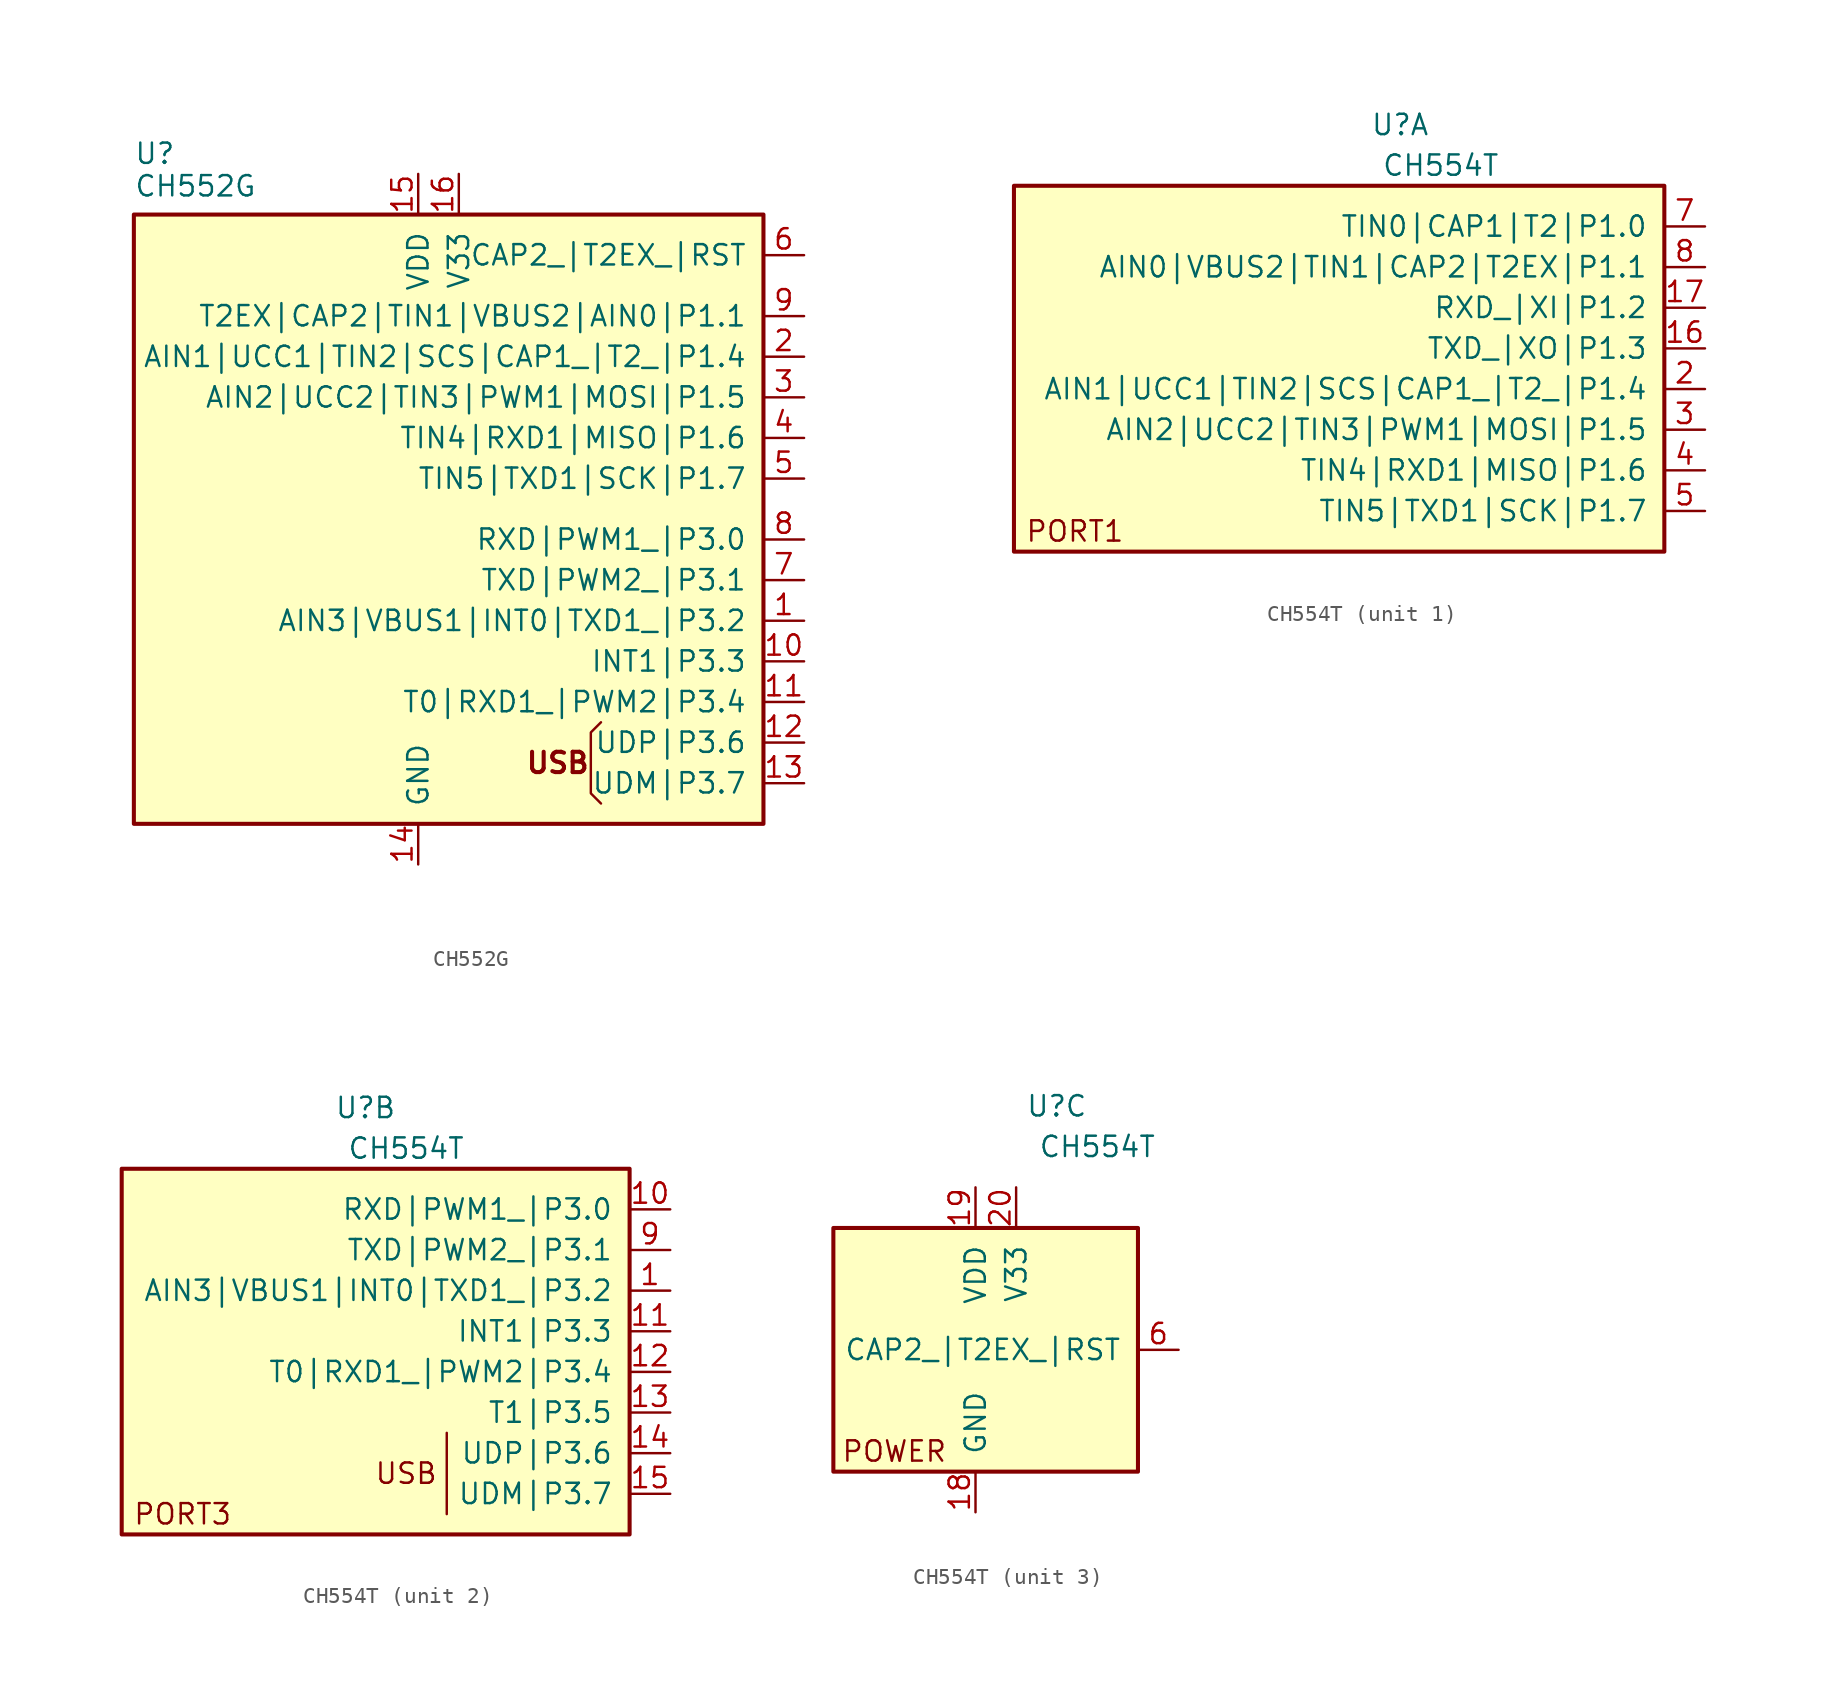
<source format=kicad_sym>
(kicad_symbol_lib
  (version 20220914)
  (generator kicad_symbol_editor)
  (symbol "CH552G"
    (pin_names
      (offset 1.016))
    (property "Reference" "U"
      (at -20.32 22.86 0)
      (effects (font (size 1.27 1.27)) (justify left)))
    (property "Value" "CH552G"
      (at -20.32 20.828 0)
      (effects (font (size 1.27 1.27)) (justify left)))
    (symbol "CH552G_0_1"
      (polyline (pts (xy 8.89 -12.7) (xy 8.255 -13.335) (xy 8.255 -17.145) (xy 8.89 -17.78)) (stroke (width 0) (type default)) (fill (type none))))
    (symbol "CH552G_1_1"
      (rectangle (start -20.32 19.05) (end 19.05 -19.05) (stroke (width 0.254) (type default)) (fill (type background)))
      (text "USB" (at 8.255 -15.24 0) (effects (font (size 1.27 1.27) bold) (justify right)))
      (pin passive line (at 21.59 -6.35 180) (length 2.54) (name "AIN3|VBUS1|INT0|TXD1_|P3.2" (effects (font (size 1.27 1.27)))) (number "1" (effects (font (size 1.27 1.27)))))
      (pin passive line (at 21.59 -8.89 180) (length 2.54) (name "INT1|P3.3" (effects (font (size 1.27 1.27)))) (number "10" (effects (font (size 1.27 1.27)))))
      (pin passive line (at 21.59 -11.43 180) (length 2.54) (name "T0|RXD1_|PWM2|P3.4" (effects (font (size 1.27 1.27)))) (number "11" (effects (font (size 1.27 1.27)))))
      (pin passive line (at 21.59 -13.97 180) (length 2.54) (name "UDP|P3.6" (effects (font (size 1.27 1.27)))) (number "12" (effects (font (size 1.27 1.27)))))
      (pin passive line (at 21.59 -16.51 180) (length 2.54) (name "UDM|P3.7" (effects (font (size 1.27 1.27)))) (number "13" (effects (font (size 1.27 1.27)))))
      (pin power_in line (at -2.54 -21.59 90) (length 2.54) (name "GND" (effects (font (size 1.27 1.27)))) (number "14" (effects (font (size 1.27 1.27)))))
      (pin power_in line (at -2.54 21.59 270) (length 2.54) (name "VDD" (effects (font (size 1.27 1.27)))) (number "15" (effects (font (size 1.27 1.27)))))
      (pin power_out line (at 0 21.59 270) (length 2.54) (name "V33" (effects (font (size 1.27 1.27)))) (number "16" (effects (font (size 1.27 1.27)))))
      (pin passive line (at 21.59 10.16 180) (length 2.54) (name "AIN1|UCC1|TIN2|SCS|CAP1_|T2_|P1.4" (effects (font (size 1.27 1.27)))) (number "2" (effects (font (size 1.27 1.27)))))
      (pin passive line (at 21.59 7.62 180) (length 2.54) (name "AIN2|UCC2|TIN3|PWM1|MOSI|P1.5" (effects (font (size 1.27 1.27)))) (number "3" (effects (font (size 1.27 1.27)))))
      (pin passive line (at 21.59 5.08 180) (length 2.54) (name "TIN4|RXD1|MISO|P1.6" (effects (font (size 1.27 1.27)))) (number "4" (effects (font (size 1.27 1.27)))))
      (pin passive line (at 21.59 2.54 180) (length 2.54) (name "TIN5|TXD1|SCK|P1.7" (effects (font (size 1.27 1.27)))) (number "5" (effects (font (size 1.27 1.27)))))
      (pin passive line (at 21.59 16.51 180) (length 2.54) (name "CAP2_|T2EX_|RST" (effects (font (size 1.27 1.27)))) (number "6" (effects (font (size 1.27 1.27)))))
      (pin passive line (at 21.59 -3.81 180) (length 2.54) (name "TXD|PWM2_|P3.1" (effects (font (size 1.27 1.27)))) (number "7" (effects (font (size 1.27 1.27)))))
      (pin passive line (at 21.59 -1.27 180) (length 2.54) (name "RXD|PWM1_|P3.0" (effects (font (size 1.27 1.27)))) (number "8" (effects (font (size 1.27 1.27)))))
      (pin passive line (at 21.59 12.7 180) (length 2.54) (name "T2EX|CAP2|TIN1|VBUS2|AIN0|P1.1" (effects (font (size 1.27 1.27)))) (number "9" (effects (font (size 1.27 1.27)))))))
  (symbol "CH554T"
    (pin_names
      (offset 1.016))
    (property "Reference" "U"
      (at 5.08 15.24 0)
      (effects (font (size 1.27 1.27))))
    (property "Value" "CH554T"
      (at 7.62 12.7 0)
      (effects (font (size 1.27 1.27))))
    (property "ki_locked" ""
      (at 0 0 0)
      (effects (font (size 1.27 1.27))))
    (symbol "CH554T_1_0"
      (text "PORT1" (at -15.24 -10.16 0) (effects (font (size 1.27 1.27)))))
    (symbol "CH554T_1_1"
      (rectangle (start -19.05 11.43) (end 21.59 -11.43) (stroke (width 0.254) (type default)) (fill (type background)))
      (pin bidirectional line (at 24.13 1.27 180) (length 2.54) (name "TXD_|XO|P1.3" (effects (font (size 1.27 1.27)))) (number "16" (effects (font (size 1.27 1.27)))))
      (pin bidirectional line (at 24.13 3.81 180) (length 2.54) (name "RXD_|XI|P1.2" (effects (font (size 1.27 1.27)))) (number "17" (effects (font (size 1.27 1.27)))))
      (pin bidirectional line (at 24.13 -1.27 180) (length 2.54) (name "AIN1|UCC1|TIN2|SCS|CAP1_|T2_|P1.4" (effects (font (size 1.27 1.27)))) (number "2" (effects (font (size 1.27 1.27)))))
      (pin bidirectional line (at 24.13 -3.81 180) (length 2.54) (name "AIN2|UCC2|TIN3|PWM1|MOSI|P1.5" (effects (font (size 1.27 1.27)))) (number "3" (effects (font (size 1.27 1.27)))))
      (pin bidirectional line (at 24.13 -6.35 180) (length 2.54) (name "TIN4|RXD1|MISO|P1.6" (effects (font (size 1.27 1.27)))) (number "4" (effects (font (size 1.27 1.27)))))
      (pin bidirectional line (at 24.13 -8.89 180) (length 2.54) (name "TIN5|TXD1|SCK|P1.7" (effects (font (size 1.27 1.27)))) (number "5" (effects (font (size 1.27 1.27)))))
      (pin bidirectional line (at 24.13 8.89 180) (length 2.54) (name "TIN0|CAP1|T2|P1.0" (effects (font (size 1.27 1.27)))) (number "7" (effects (font (size 1.27 1.27)))))
      (pin bidirectional line (at 24.13 6.35 180) (length 2.54) (name "AIN0|VBUS2|TIN1|CAP2|T2EX|P1.1" (effects (font (size 1.27 1.27)))) (number "8" (effects (font (size 1.27 1.27))))))
    (symbol "CH554T_2_0"
      (text "PORT3" (at -6.35 -10.16 0) (effects (font (size 1.27 1.27))))
      (text "USB" (at 7.62 -7.62 0) (effects (font (size 1.27 1.27)))))
    (symbol "CH554T_2_1"
      (rectangle (start -10.16 11.43) (end 21.59 -11.43) (stroke (width 0.254) (type default)) (fill (type background)))
      (polyline (pts (xy 10.16 -5.08) (xy 10.16 -10.16)) (stroke (width 0) (type default)) (fill (type none)))
      (pin bidirectional line (at 24.13 3.81 180) (length 2.54) (name "AIN3|VBUS1|INT0|TXD1_|P3.2" (effects (font (size 1.27 1.27)))) (number "1" (effects (font (size 1.27 1.27)))))
      (pin bidirectional line (at 24.13 8.89 180) (length 2.54) (name "RXD|PWM1_|P3.0" (effects (font (size 1.27 1.27)))) (number "10" (effects (font (size 1.27 1.27)))))
      (pin bidirectional line (at 24.13 1.27 180) (length 2.54) (name "INT1|P3.3" (effects (font (size 1.27 1.27)))) (number "11" (effects (font (size 1.27 1.27)))))
      (pin bidirectional line (at 24.13 -1.27 180) (length 2.54) (name "T0|RXD1_|PWM2|P3.4" (effects (font (size 1.27 1.27)))) (number "12" (effects (font (size 1.27 1.27)))))
      (pin bidirectional line (at 24.13 -3.81 180) (length 2.54) (name "T1|P3.5" (effects (font (size 1.27 1.27)))) (number "13" (effects (font (size 1.27 1.27)))))
      (pin bidirectional line (at 24.13 -6.35 180) (length 2.54) (name "UDP|P3.6" (effects (font (size 1.27 1.27)))) (number "14" (effects (font (size 1.27 1.27)))))
      (pin bidirectional line (at 24.13 -8.89 180) (length 2.54) (name "UDM|P3.7" (effects (font (size 1.27 1.27)))) (number "15" (effects (font (size 1.27 1.27)))))
      (pin bidirectional line (at 24.13 6.35 180) (length 2.54) (name "TXD|PWM2_|P3.1" (effects (font (size 1.27 1.27)))) (number "9" (effects (font (size 1.27 1.27))))))
    (symbol "CH554T_3_0"
      (text "POWER" (at -5.08 -6.35 0) (effects (font (size 1.27 1.27)))))
    (symbol "CH554T_3_1"
      (rectangle (start -8.89 7.62) (end 10.16 -7.62) (stroke (width 0.254) (type default)) (fill (type background)))
      (pin power_in line (at 0 -10.16 90) (length 2.54) (name "GND" (effects (font (size 1.27 1.27)))) (number "18" (effects (font (size 1.27 1.27)))))
      (pin power_in line (at 0 10.16 270) (length 2.54) (name "VDD" (effects (font (size 1.27 1.27)))) (number "19" (effects (font (size 1.27 1.27)))))
      (pin passive line (at 2.54 10.16 270) (length 2.54) (name "V33" (effects (font (size 1.27 1.27)))) (number "20" (effects (font (size 1.27 1.27)))))
      (pin bidirectional line (at 12.7 0 180) (length 2.54) (name "CAP2_|T2EX_|RST" (effects (font (size 1.27 1.27)))) (number "6" (effects (font (size 1.27 1.27))))))))
</source>
